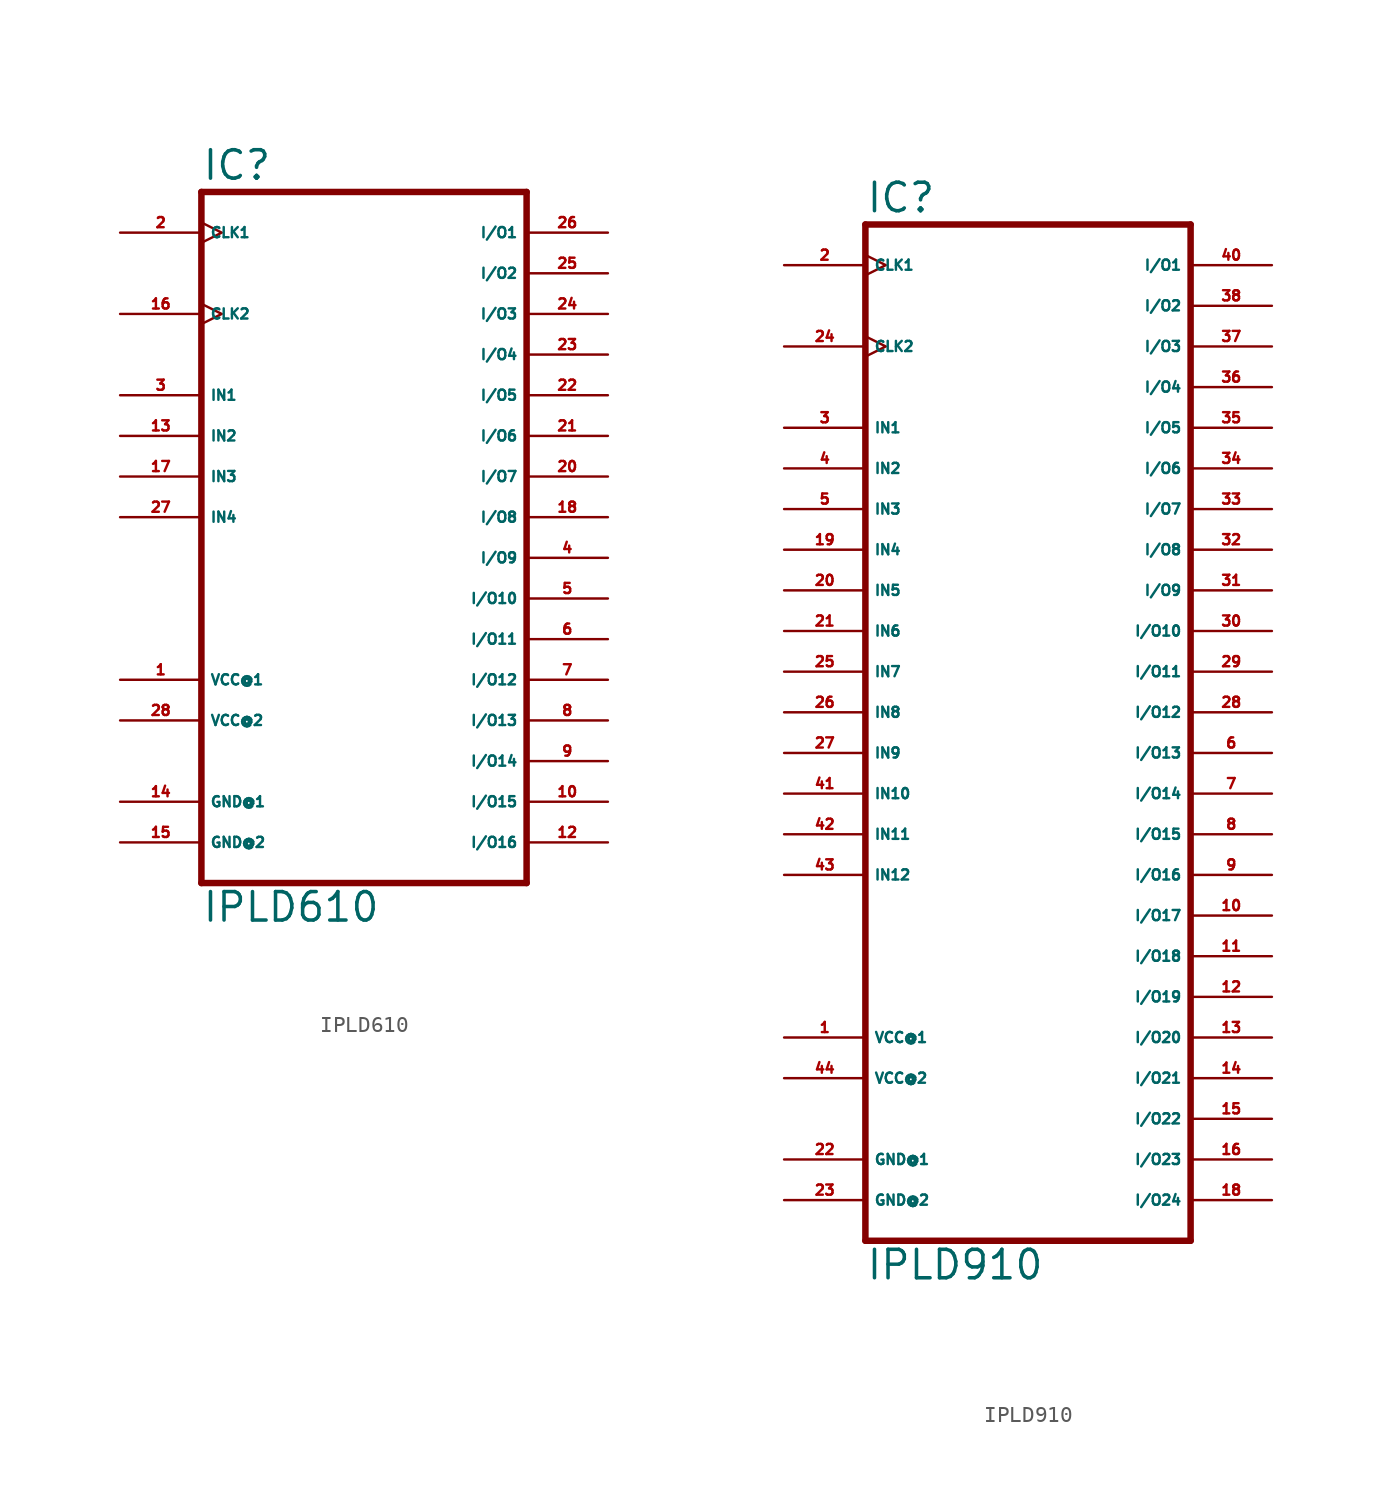
<source format=kicad_sym>
(kicad_symbol_lib
  (version 20220914)
  (generator Eagle2Kicad)
  (symbol "IPLD610"
    (property "Reference" "IC"
      (at -10.16 20.955 0)
      (effects (font (size 1.778 1.778) (thickness 0.22)) (justify left bottom)))
    (property "Value" "IPLD610"
      (at -10.16 -25.4 0)
      (effects (font (size 1.778 1.778) (thickness 0.22)) (justify left bottom)))
    (polyline
      (pts (xy -10.16 20.32) (xy -10.16 -22.86))
      (stroke (width 0.406) (type default))
      (fill (type none)))
    (polyline
      (pts (xy 10.16 -22.86) (xy -10.16 -22.86))
      (stroke (width 0.406) (type default))
      (fill (type none)))
    (polyline
      (pts (xy 10.16 -22.86) (xy 10.16 20.32))
      (stroke (width 0.406) (type default))
      (fill (type none)))
    (polyline
      (pts (xy -10.16 20.32) (xy 10.16 20.32))
      (stroke (width 0.406) (type default))
      (fill (type none)))
    (pin input clock
      (at -15.24 17.78 0)
      (length 5.08)
      (name "CLK1" (effects (font (size 0.635 0.635) (thickness 0.08)) (justify left bottom)))
      (number "2" (effects (font (size 0.635 0.635) (thickness 0.08)) (justify left bottom))))
    (pin input line
      (at -15.24 7.62 0)
      (length 5.08)
      (name "IN1" (effects (font (size 0.635 0.635) (thickness 0.08)) (justify left bottom)))
      (number "3" (effects (font (size 0.635 0.635) (thickness 0.08)) (justify left bottom))))
    (pin input line
      (at -15.24 5.08 0)
      (length 5.08)
      (name "IN2" (effects (font (size 0.635 0.635) (thickness 0.08)) (justify left bottom)))
      (number "13" (effects (font (size 0.635 0.635) (thickness 0.08)) (justify left bottom))))
    (pin input line
      (at -15.24 2.54 0)
      (length 5.08)
      (name "IN3" (effects (font (size 0.635 0.635) (thickness 0.08)) (justify left bottom)))
      (number "17" (effects (font (size 0.635 0.635) (thickness 0.08)) (justify left bottom))))
    (pin input line
      (at -15.24 0 0)
      (length 5.08)
      (name "IN4" (effects (font (size 0.635 0.635) (thickness 0.08)) (justify left bottom)))
      (number "27" (effects (font (size 0.635 0.635) (thickness 0.08)) (justify left bottom))))
    (pin bidirectional line
      (at 15.24 17.78 180)
      (length 5.08)
      (name "I/O1" (effects (font (size 0.635 0.635) (thickness 0.08)) (justify left bottom)))
      (number "26" (effects (font (size 0.635 0.635) (thickness 0.08)) (justify left bottom))))
    (pin bidirectional line
      (at 15.24 15.24 180)
      (length 5.08)
      (name "I/O2" (effects (font (size 0.635 0.635) (thickness 0.08)) (justify left bottom)))
      (number "25" (effects (font (size 0.635 0.635) (thickness 0.08)) (justify left bottom))))
    (pin bidirectional line
      (at 15.24 12.7 180)
      (length 5.08)
      (name "I/O3" (effects (font (size 0.635 0.635) (thickness 0.08)) (justify left bottom)))
      (number "24" (effects (font (size 0.635 0.635) (thickness 0.08)) (justify left bottom))))
    (pin bidirectional line
      (at 15.24 10.16 180)
      (length 5.08)
      (name "I/O4" (effects (font (size 0.635 0.635) (thickness 0.08)) (justify left bottom)))
      (number "23" (effects (font (size 0.635 0.635) (thickness 0.08)) (justify left bottom))))
    (pin bidirectional line
      (at 15.24 7.62 180)
      (length 5.08)
      (name "I/O5" (effects (font (size 0.635 0.635) (thickness 0.08)) (justify left bottom)))
      (number "22" (effects (font (size 0.635 0.635) (thickness 0.08)) (justify left bottom))))
    (pin bidirectional line
      (at 15.24 5.08 180)
      (length 5.08)
      (name "I/O6" (effects (font (size 0.635 0.635) (thickness 0.08)) (justify left bottom)))
      (number "21" (effects (font (size 0.635 0.635) (thickness 0.08)) (justify left bottom))))
    (pin bidirectional line
      (at 15.24 2.54 180)
      (length 5.08)
      (name "I/O7" (effects (font (size 0.635 0.635) (thickness 0.08)) (justify left bottom)))
      (number "20" (effects (font (size 0.635 0.635) (thickness 0.08)) (justify left bottom))))
    (pin bidirectional line
      (at 15.24 0 180)
      (length 5.08)
      (name "I/O8" (effects (font (size 0.635 0.635) (thickness 0.08)) (justify left bottom)))
      (number "18" (effects (font (size 0.635 0.635) (thickness 0.08)) (justify left bottom))))
    (pin bidirectional line
      (at 15.24 -2.54 180)
      (length 5.08)
      (name "I/O9" (effects (font (size 0.635 0.635) (thickness 0.08)) (justify left bottom)))
      (number "4" (effects (font (size 0.635 0.635) (thickness 0.08)) (justify left bottom))))
    (pin bidirectional line
      (at 15.24 -5.08 180)
      (length 5.08)
      (name "I/O10" (effects (font (size 0.635 0.635) (thickness 0.08)) (justify left bottom)))
      (number "5" (effects (font (size 0.635 0.635) (thickness 0.08)) (justify left bottom))))
    (pin bidirectional line
      (at 15.24 -7.62 180)
      (length 5.08)
      (name "I/O11" (effects (font (size 0.635 0.635) (thickness 0.08)) (justify left bottom)))
      (number "6" (effects (font (size 0.635 0.635) (thickness 0.08)) (justify left bottom))))
    (pin bidirectional line
      (at 15.24 -10.16 180)
      (length 5.08)
      (name "I/O12" (effects (font (size 0.635 0.635) (thickness 0.08)) (justify left bottom)))
      (number "7" (effects (font (size 0.635 0.635) (thickness 0.08)) (justify left bottom))))
    (pin bidirectional line
      (at 15.24 -12.7 180)
      (length 5.08)
      (name "I/O13" (effects (font (size 0.635 0.635) (thickness 0.08)) (justify left bottom)))
      (number "8" (effects (font (size 0.635 0.635) (thickness 0.08)) (justify left bottom))))
    (pin bidirectional line
      (at 15.24 -15.24 180)
      (length 5.08)
      (name "I/O14" (effects (font (size 0.635 0.635) (thickness 0.08)) (justify left bottom)))
      (number "9" (effects (font (size 0.635 0.635) (thickness 0.08)) (justify left bottom))))
    (pin bidirectional line
      (at 15.24 -17.78 180)
      (length 5.08)
      (name "I/O15" (effects (font (size 0.635 0.635) (thickness 0.08)) (justify left bottom)))
      (number "10" (effects (font (size 0.635 0.635) (thickness 0.08)) (justify left bottom))))
    (pin bidirectional line
      (at 15.24 -20.32 180)
      (length 5.08)
      (name "I/O16" (effects (font (size 0.635 0.635) (thickness 0.08)) (justify left bottom)))
      (number "12" (effects (font (size 0.635 0.635) (thickness 0.08)) (justify left bottom))))
    (pin unspecified line
      (at -15.24 -10.16 0)
      (length 5.08)
      (name "VCC@1" (effects (font (size 0.635 0.635) (thickness 0.08)) (justify left bottom)))
      (number "1" (effects (font (size 0.635 0.635) (thickness 0.08)) (justify left bottom))))
    (pin unspecified line
      (at -15.24 -12.7 0)
      (length 5.08)
      (name "VCC@2" (effects (font (size 0.635 0.635) (thickness 0.08)) (justify left bottom)))
      (number "28" (effects (font (size 0.635 0.635) (thickness 0.08)) (justify left bottom))))
    (pin unspecified line
      (at -15.24 -17.78 0)
      (length 5.08)
      (name "GND@1" (effects (font (size 0.635 0.635) (thickness 0.08)) (justify left bottom)))
      (number "14" (effects (font (size 0.635 0.635) (thickness 0.08)) (justify left bottom))))
    (pin unspecified line
      (at -15.24 -20.32 0)
      (length 5.08)
      (name "GND@2" (effects (font (size 0.635 0.635) (thickness 0.08)) (justify left bottom)))
      (number "15" (effects (font (size 0.635 0.635) (thickness 0.08)) (justify left bottom))))
    (pin input clock
      (at -15.24 12.7 0)
      (length 5.08)
      (name "CLK2" (effects (font (size 0.635 0.635) (thickness 0.08)) (justify left bottom)))
      (number "16" (effects (font (size 0.635 0.635) (thickness 0.08)) (justify left bottom)))))
  (symbol "IPLD910"
    (property "Reference" "IC"
      (at -10.16 28.575 0)
      (effects (font (size 1.778 1.778) (thickness 0.22)) (justify left bottom)))
    (property "Value" "IPLD910"
      (at -10.16 -38.1 0)
      (effects (font (size 1.778 1.778) (thickness 0.22)) (justify left bottom)))
    (polyline
      (pts (xy -10.16 27.94) (xy -10.16 -35.56))
      (stroke (width 0.406) (type default))
      (fill (type none)))
    (polyline
      (pts (xy 10.16 -35.56) (xy -10.16 -35.56))
      (stroke (width 0.406) (type default))
      (fill (type none)))
    (polyline
      (pts (xy 10.16 -35.56) (xy 10.16 27.94))
      (stroke (width 0.406) (type default))
      (fill (type none)))
    (polyline
      (pts (xy -10.16 27.94) (xy 10.16 27.94))
      (stroke (width 0.406) (type default))
      (fill (type none)))
    (pin input clock
      (at -15.24 25.4 0)
      (length 5.08)
      (name "CLK1" (effects (font (size 0.635 0.635) (thickness 0.08)) (justify left bottom)))
      (number "2" (effects (font (size 0.635 0.635) (thickness 0.08)) (justify left bottom))))
    (pin input line
      (at -15.24 15.24 0)
      (length 5.08)
      (name "IN1" (effects (font (size 0.635 0.635) (thickness 0.08)) (justify left bottom)))
      (number "3" (effects (font (size 0.635 0.635) (thickness 0.08)) (justify left bottom))))
    (pin input line
      (at -15.24 12.7 0)
      (length 5.08)
      (name "IN2" (effects (font (size 0.635 0.635) (thickness 0.08)) (justify left bottom)))
      (number "4" (effects (font (size 0.635 0.635) (thickness 0.08)) (justify left bottom))))
    (pin input line
      (at -15.24 10.16 0)
      (length 5.08)
      (name "IN3" (effects (font (size 0.635 0.635) (thickness 0.08)) (justify left bottom)))
      (number "5" (effects (font (size 0.635 0.635) (thickness 0.08)) (justify left bottom))))
    (pin input line
      (at -15.24 7.62 0)
      (length 5.08)
      (name "IN4" (effects (font (size 0.635 0.635) (thickness 0.08)) (justify left bottom)))
      (number "19" (effects (font (size 0.635 0.635) (thickness 0.08)) (justify left bottom))))
    (pin bidirectional line
      (at 15.24 25.4 180)
      (length 5.08)
      (name "I/O1" (effects (font (size 0.635 0.635) (thickness 0.08)) (justify left bottom)))
      (number "40" (effects (font (size 0.635 0.635) (thickness 0.08)) (justify left bottom))))
    (pin bidirectional line
      (at 15.24 22.86 180)
      (length 5.08)
      (name "I/O2" (effects (font (size 0.635 0.635) (thickness 0.08)) (justify left bottom)))
      (number "38" (effects (font (size 0.635 0.635) (thickness 0.08)) (justify left bottom))))
    (pin bidirectional line
      (at 15.24 20.32 180)
      (length 5.08)
      (name "I/O3" (effects (font (size 0.635 0.635) (thickness 0.08)) (justify left bottom)))
      (number "37" (effects (font (size 0.635 0.635) (thickness 0.08)) (justify left bottom))))
    (pin bidirectional line
      (at 15.24 17.78 180)
      (length 5.08)
      (name "I/O4" (effects (font (size 0.635 0.635) (thickness 0.08)) (justify left bottom)))
      (number "36" (effects (font (size 0.635 0.635) (thickness 0.08)) (justify left bottom))))
    (pin bidirectional line
      (at 15.24 15.24 180)
      (length 5.08)
      (name "I/O5" (effects (font (size 0.635 0.635) (thickness 0.08)) (justify left bottom)))
      (number "35" (effects (font (size 0.635 0.635) (thickness 0.08)) (justify left bottom))))
    (pin bidirectional line
      (at 15.24 12.7 180)
      (length 5.08)
      (name "I/O6" (effects (font (size 0.635 0.635) (thickness 0.08)) (justify left bottom)))
      (number "34" (effects (font (size 0.635 0.635) (thickness 0.08)) (justify left bottom))))
    (pin bidirectional line
      (at 15.24 10.16 180)
      (length 5.08)
      (name "I/O7" (effects (font (size 0.635 0.635) (thickness 0.08)) (justify left bottom)))
      (number "33" (effects (font (size 0.635 0.635) (thickness 0.08)) (justify left bottom))))
    (pin bidirectional line
      (at 15.24 7.62 180)
      (length 5.08)
      (name "I/O8" (effects (font (size 0.635 0.635) (thickness 0.08)) (justify left bottom)))
      (number "32" (effects (font (size 0.635 0.635) (thickness 0.08)) (justify left bottom))))
    (pin bidirectional line
      (at 15.24 5.08 180)
      (length 5.08)
      (name "I/O9" (effects (font (size 0.635 0.635) (thickness 0.08)) (justify left bottom)))
      (number "31" (effects (font (size 0.635 0.635) (thickness 0.08)) (justify left bottom))))
    (pin bidirectional line
      (at 15.24 2.54 180)
      (length 5.08)
      (name "I/O10" (effects (font (size 0.635 0.635) (thickness 0.08)) (justify left bottom)))
      (number "30" (effects (font (size 0.635 0.635) (thickness 0.08)) (justify left bottom))))
    (pin bidirectional line
      (at 15.24 0 180)
      (length 5.08)
      (name "I/O11" (effects (font (size 0.635 0.635) (thickness 0.08)) (justify left bottom)))
      (number "29" (effects (font (size 0.635 0.635) (thickness 0.08)) (justify left bottom))))
    (pin bidirectional line
      (at 15.24 -2.54 180)
      (length 5.08)
      (name "I/O12" (effects (font (size 0.635 0.635) (thickness 0.08)) (justify left bottom)))
      (number "28" (effects (font (size 0.635 0.635) (thickness 0.08)) (justify left bottom))))
    (pin bidirectional line
      (at 15.24 -5.08 180)
      (length 5.08)
      (name "I/O13" (effects (font (size 0.635 0.635) (thickness 0.08)) (justify left bottom)))
      (number "6" (effects (font (size 0.635 0.635) (thickness 0.08)) (justify left bottom))))
    (pin bidirectional line
      (at 15.24 -7.62 180)
      (length 5.08)
      (name "I/O14" (effects (font (size 0.635 0.635) (thickness 0.08)) (justify left bottom)))
      (number "7" (effects (font (size 0.635 0.635) (thickness 0.08)) (justify left bottom))))
    (pin bidirectional line
      (at 15.24 -10.16 180)
      (length 5.08)
      (name "I/O15" (effects (font (size 0.635 0.635) (thickness 0.08)) (justify left bottom)))
      (number "8" (effects (font (size 0.635 0.635) (thickness 0.08)) (justify left bottom))))
    (pin bidirectional line
      (at 15.24 -12.7 180)
      (length 5.08)
      (name "I/O16" (effects (font (size 0.635 0.635) (thickness 0.08)) (justify left bottom)))
      (number "9" (effects (font (size 0.635 0.635) (thickness 0.08)) (justify left bottom))))
    (pin unspecified line
      (at -15.24 -22.86 0)
      (length 5.08)
      (name "VCC@1" (effects (font (size 0.635 0.635) (thickness 0.08)) (justify left bottom)))
      (number "1" (effects (font (size 0.635 0.635) (thickness 0.08)) (justify left bottom))))
    (pin unspecified line
      (at -15.24 -25.4 0)
      (length 5.08)
      (name "VCC@2" (effects (font (size 0.635 0.635) (thickness 0.08)) (justify left bottom)))
      (number "44" (effects (font (size 0.635 0.635) (thickness 0.08)) (justify left bottom))))
    (pin unspecified line
      (at -15.24 -30.48 0)
      (length 5.08)
      (name "GND@1" (effects (font (size 0.635 0.635) (thickness 0.08)) (justify left bottom)))
      (number "22" (effects (font (size 0.635 0.635) (thickness 0.08)) (justify left bottom))))
    (pin unspecified line
      (at -15.24 -33.02 0)
      (length 5.08)
      (name "GND@2" (effects (font (size 0.635 0.635) (thickness 0.08)) (justify left bottom)))
      (number "23" (effects (font (size 0.635 0.635) (thickness 0.08)) (justify left bottom))))
    (pin input clock
      (at -15.24 20.32 0)
      (length 5.08)
      (name "CLK2" (effects (font (size 0.635 0.635) (thickness 0.08)) (justify left bottom)))
      (number "24" (effects (font (size 0.635 0.635) (thickness 0.08)) (justify left bottom))))
    (pin input line
      (at -15.24 5.08 0)
      (length 5.08)
      (name "IN5" (effects (font (size 0.635 0.635) (thickness 0.08)) (justify left bottom)))
      (number "20" (effects (font (size 0.635 0.635) (thickness 0.08)) (justify left bottom))))
    (pin input line
      (at -15.24 2.54 0)
      (length 5.08)
      (name "IN6" (effects (font (size 0.635 0.635) (thickness 0.08)) (justify left bottom)))
      (number "21" (effects (font (size 0.635 0.635) (thickness 0.08)) (justify left bottom))))
    (pin input line
      (at -15.24 0 0)
      (length 5.08)
      (name "IN7" (effects (font (size 0.635 0.635) (thickness 0.08)) (justify left bottom)))
      (number "25" (effects (font (size 0.635 0.635) (thickness 0.08)) (justify left bottom))))
    (pin input line
      (at -15.24 -2.54 0)
      (length 5.08)
      (name "IN8" (effects (font (size 0.635 0.635) (thickness 0.08)) (justify left bottom)))
      (number "26" (effects (font (size 0.635 0.635) (thickness 0.08)) (justify left bottom))))
    (pin input line
      (at -15.24 -5.08 0)
      (length 5.08)
      (name "IN9" (effects (font (size 0.635 0.635) (thickness 0.08)) (justify left bottom)))
      (number "27" (effects (font (size 0.635 0.635) (thickness 0.08)) (justify left bottom))))
    (pin input line
      (at -15.24 -7.62 0)
      (length 5.08)
      (name "IN10" (effects (font (size 0.635 0.635) (thickness 0.08)) (justify left bottom)))
      (number "41" (effects (font (size 0.635 0.635) (thickness 0.08)) (justify left bottom))))
    (pin input line
      (at -15.24 -10.16 0)
      (length 5.08)
      (name "IN11" (effects (font (size 0.635 0.635) (thickness 0.08)) (justify left bottom)))
      (number "42" (effects (font (size 0.635 0.635) (thickness 0.08)) (justify left bottom))))
    (pin input line
      (at -15.24 -12.7 0)
      (length 5.08)
      (name "IN12" (effects (font (size 0.635 0.635) (thickness 0.08)) (justify left bottom)))
      (number "43" (effects (font (size 0.635 0.635) (thickness 0.08)) (justify left bottom))))
    (pin bidirectional line
      (at 15.24 -15.24 180)
      (length 5.08)
      (name "I/O17" (effects (font (size 0.635 0.635) (thickness 0.08)) (justify left bottom)))
      (number "10" (effects (font (size 0.635 0.635) (thickness 0.08)) (justify left bottom))))
    (pin bidirectional line
      (at 15.24 -17.78 180)
      (length 5.08)
      (name "I/O18" (effects (font (size 0.635 0.635) (thickness 0.08)) (justify left bottom)))
      (number "11" (effects (font (size 0.635 0.635) (thickness 0.08)) (justify left bottom))))
    (pin bidirectional line
      (at 15.24 -20.32 180)
      (length 5.08)
      (name "I/O19" (effects (font (size 0.635 0.635) (thickness 0.08)) (justify left bottom)))
      (number "12" (effects (font (size 0.635 0.635) (thickness 0.08)) (justify left bottom))))
    (pin bidirectional line
      (at 15.24 -22.86 180)
      (length 5.08)
      (name "I/O20" (effects (font (size 0.635 0.635) (thickness 0.08)) (justify left bottom)))
      (number "13" (effects (font (size 0.635 0.635) (thickness 0.08)) (justify left bottom))))
    (pin bidirectional line
      (at 15.24 -25.4 180)
      (length 5.08)
      (name "I/O21" (effects (font (size 0.635 0.635) (thickness 0.08)) (justify left bottom)))
      (number "14" (effects (font (size 0.635 0.635) (thickness 0.08)) (justify left bottom))))
    (pin bidirectional line
      (at 15.24 -27.94 180)
      (length 5.08)
      (name "I/O22" (effects (font (size 0.635 0.635) (thickness 0.08)) (justify left bottom)))
      (number "15" (effects (font (size 0.635 0.635) (thickness 0.08)) (justify left bottom))))
    (pin bidirectional line
      (at 15.24 -30.48 180)
      (length 5.08)
      (name "I/O23" (effects (font (size 0.635 0.635) (thickness 0.08)) (justify left bottom)))
      (number "16" (effects (font (size 0.635 0.635) (thickness 0.08)) (justify left bottom))))
    (pin bidirectional line
      (at 15.24 -33.02 180)
      (length 5.08)
      (name "I/O24" (effects (font (size 0.635 0.635) (thickness 0.08)) (justify left bottom)))
      (number "18" (effects (font (size 0.635 0.635) (thickness 0.08)) (justify left bottom))))))
</source>
